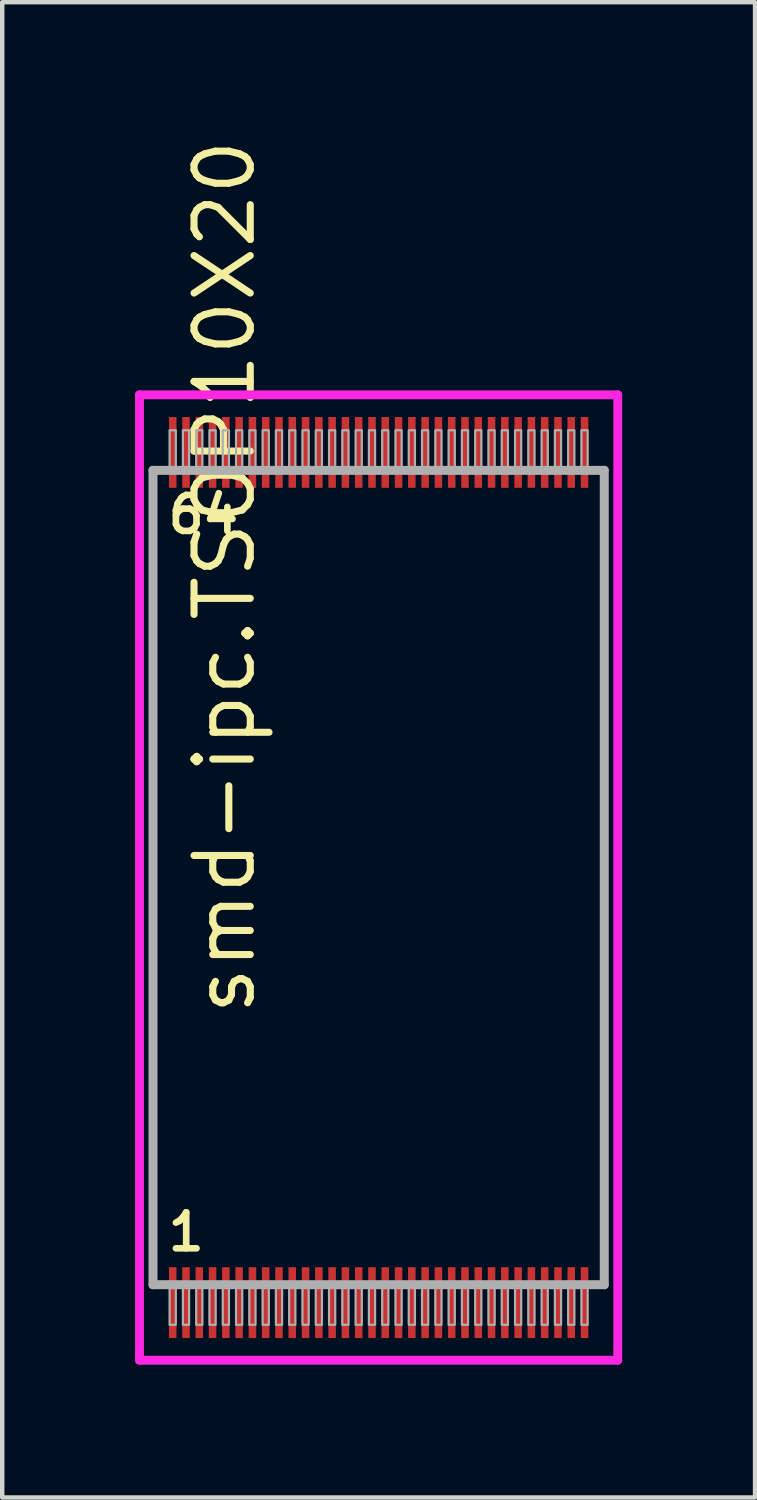
<source format=kicad_pcb>
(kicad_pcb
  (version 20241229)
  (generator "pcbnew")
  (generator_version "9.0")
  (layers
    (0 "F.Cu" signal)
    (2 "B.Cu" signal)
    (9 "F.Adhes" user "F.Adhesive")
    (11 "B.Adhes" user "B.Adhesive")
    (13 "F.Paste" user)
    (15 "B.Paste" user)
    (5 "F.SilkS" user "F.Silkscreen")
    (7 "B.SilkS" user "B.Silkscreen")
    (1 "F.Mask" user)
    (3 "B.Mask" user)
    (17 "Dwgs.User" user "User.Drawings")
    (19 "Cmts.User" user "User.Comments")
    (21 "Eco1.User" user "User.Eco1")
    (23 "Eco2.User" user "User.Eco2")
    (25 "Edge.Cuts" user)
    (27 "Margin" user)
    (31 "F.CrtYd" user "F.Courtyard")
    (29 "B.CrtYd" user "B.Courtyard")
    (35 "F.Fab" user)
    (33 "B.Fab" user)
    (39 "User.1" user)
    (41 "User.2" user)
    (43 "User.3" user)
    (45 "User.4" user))
  (footprint "smd-ipc.TSOP10X20"
    (layer "F.Cu")
    (at 5.5 16.766)
    (property "Reference" "smd-ipc.TSOP10X20" (at -2.735 3.175 90) (layer "F.SilkS") (effects (font (size 1.27 1.27) (thickness 0.16)) (justify left bottom)))
    (attr smd)
    (fp_line (start -5.4 -10.9) (end 5.4 -10.9) (stroke (width 0.2) (type default)) (layer "F.CrtYd"))
    (fp_line (start -5.4 10.9) (end -5.4 -10.9) (stroke (width 0.2) (type default)) (layer "F.CrtYd"))
    (fp_line (start 5.4 -10.9) (end 5.4 10.9) (stroke (width 0.2) (type default)) (layer "F.CrtYd"))
    (fp_line (start 5.4 10.9) (end -5.4 10.9) (stroke (width 0.2) (type default)) (layer "F.CrtYd"))
    (fp_line (start -5.095 -9.195) (end 5.095 -9.195) (stroke (width 0.203) (type default)) (layer "F.Fab"))
    (fp_line (start -5.095 9.195) (end -5.095 -9.195) (stroke (width 0.203) (type default)) (layer "F.Fab"))
    (fp_line (start 5.095 -9.195) (end 5.095 9.195) (stroke (width 0.203) (type default)) (layer "F.Fab"))
    (fp_line (start 5.095 9.195) (end -5.095 9.195) (stroke (width 0.203) (type default)) (layer "F.Fab"))
    (fp_rect (start -4.72 -9.25) (end -4.58 -10.1) (stroke (width 0.05) (type default)) (fill no) (layer "F.Fab"))
    (fp_rect (start -4.72 10.1) (end -4.58 9.25) (stroke (width 0.05) (type default)) (fill no) (layer "F.Fab"))
    (fp_rect (start -4.42 -9.25) (end -4.28 -10.1) (stroke (width 0.05) (type default)) (fill no) (layer "F.Fab"))
    (fp_rect (start -4.42 10.1) (end -4.28 9.25) (stroke (width 0.05) (type default)) (fill no) (layer "F.Fab"))
    (fp_rect (start -4.12 -9.25) (end -3.98 -10.1) (stroke (width 0.05) (type default)) (fill no) (layer "F.Fab"))
    (fp_rect (start -4.12 10.1) (end -3.98 9.25) (stroke (width 0.05) (type default)) (fill no) (layer "F.Fab"))
    (fp_rect (start -3.82 -9.25) (end -3.68 -10.1) (stroke (width 0.05) (type default)) (fill no) (layer "F.Fab"))
    (fp_rect (start -3.82 10.1) (end -3.68 9.25) (stroke (width 0.05) (type default)) (fill no) (layer "F.Fab"))
    (fp_rect (start -3.52 -9.25) (end -3.38 -10.1) (stroke (width 0.05) (type default)) (fill no) (layer "F.Fab"))
    (fp_rect (start -3.52 10.1) (end -3.38 9.25) (stroke (width 0.05) (type default)) (fill no) (layer "F.Fab"))
    (fp_rect (start -3.22 -9.25) (end -3.08 -10.1) (stroke (width 0.05) (type default)) (fill no) (layer "F.Fab"))
    (fp_rect (start -3.22 10.1) (end -3.08 9.25) (stroke (width 0.05) (type default)) (fill no) (layer "F.Fab"))
    (fp_rect (start -2.92 -9.25) (end -2.78 -10.1) (stroke (width 0.05) (type default)) (fill no) (layer "F.Fab"))
    (fp_rect (start -2.92 10.1) (end -2.78 9.25) (stroke (width 0.05) (type default)) (fill no) (layer "F.Fab"))
    (fp_rect (start -2.62 -9.25) (end -2.48 -10.1) (stroke (width 0.05) (type default)) (fill no) (layer "F.Fab"))
    (fp_rect (start -2.62 10.1) (end -2.48 9.25) (stroke (width 0.05) (type default)) (fill no) (layer "F.Fab"))
    (fp_rect (start -2.32 -9.25) (end -2.18 -10.1) (stroke (width 0.05) (type default)) (fill no) (layer "F.Fab"))
    (fp_rect (start -2.32 10.1) (end -2.18 9.25) (stroke (width 0.05) (type default)) (fill no) (layer "F.Fab"))
    (fp_rect (start -2.02 -9.25) (end -1.88 -10.1) (stroke (width 0.05) (type default)) (fill no) (layer "F.Fab"))
    (fp_rect (start -2.02 10.1) (end -1.88 9.25) (stroke (width 0.05) (type default)) (fill no) (layer "F.Fab"))
    (fp_rect (start -1.72 -9.25) (end -1.58 -10.1) (stroke (width 0.05) (type default)) (fill no) (layer "F.Fab"))
    (fp_rect (start -1.72 10.1) (end -1.58 9.25) (stroke (width 0.05) (type default)) (fill no) (layer "F.Fab"))
    (fp_rect (start -1.42 -9.25) (end -1.28 -10.1) (stroke (width 0.05) (type default)) (fill no) (layer "F.Fab"))
    (fp_rect (start -1.42 10.1) (end -1.28 9.25) (stroke (width 0.05) (type default)) (fill no) (layer "F.Fab"))
    (fp_rect (start -1.12 -9.25) (end -0.98 -10.1) (stroke (width 0.05) (type default)) (fill no) (layer "F.Fab"))
    (fp_rect (start -1.12 10.1) (end -0.98 9.25) (stroke (width 0.05) (type default)) (fill no) (layer "F.Fab"))
    (fp_rect (start -0.82 -9.25) (end -0.68 -10.1) (stroke (width 0.05) (type default)) (fill no) (layer "F.Fab"))
    (fp_rect (start -0.82 10.1) (end -0.68 9.25) (stroke (width 0.05) (type default)) (fill no) (layer "F.Fab"))
    (fp_rect (start -0.52 -9.25) (end -0.38 -10.1) (stroke (width 0.05) (type default)) (fill no) (layer "F.Fab"))
    (fp_rect (start -0.52 10.1) (end -0.38 9.25) (stroke (width 0.05) (type default)) (fill no) (layer "F.Fab"))
    (fp_rect (start -0.22 -9.25) (end -0.08 -10.1) (stroke (width 0.05) (type default)) (fill no) (layer "F.Fab"))
    (fp_rect (start -0.22 10.1) (end -0.08 9.25) (stroke (width 0.05) (type default)) (fill no) (layer "F.Fab"))
    (fp_rect (start 0.08 -9.25) (end 0.22 -10.1) (stroke (width 0.05) (type default)) (fill no) (layer "F.Fab"))
    (fp_rect (start 0.08 10.1) (end 0.22 9.25) (stroke (width 0.05) (type default)) (fill no) (layer "F.Fab"))
    (fp_rect (start 0.38 -9.25) (end 0.52 -10.1) (stroke (width 0.05) (type default)) (fill no) (layer "F.Fab"))
    (fp_rect (start 0.38 10.1) (end 0.52 9.25) (stroke (width 0.05) (type default)) (fill no) (layer "F.Fab"))
    (fp_rect (start 0.68 -9.25) (end 0.82 -10.1) (stroke (width 0.05) (type default)) (fill no) (layer "F.Fab"))
    (fp_rect (start 0.68 10.1) (end 0.82 9.25) (stroke (width 0.05) (type default)) (fill no) (layer "F.Fab"))
    (fp_rect (start 0.98 -9.25) (end 1.12 -10.1) (stroke (width 0.05) (type default)) (fill no) (layer "F.Fab"))
    (fp_rect (start 0.98 10.1) (end 1.12 9.25) (stroke (width 0.05) (type default)) (fill no) (layer "F.Fab"))
    (fp_rect (start 1.28 -9.25) (end 1.42 -10.1) (stroke (width 0.05) (type default)) (fill no) (layer "F.Fab"))
    (fp_rect (start 1.28 10.1) (end 1.42 9.25) (stroke (width 0.05) (type default)) (fill no) (layer "F.Fab"))
    (fp_rect (start 1.58 -9.25) (end 1.72 -10.1) (stroke (width 0.05) (type default)) (fill no) (layer "F.Fab"))
    (fp_rect (start 1.58 10.1) (end 1.72 9.25) (stroke (width 0.05) (type default)) (fill no) (layer "F.Fab"))
    (fp_rect (start 1.88 -9.25) (end 2.02 -10.1) (stroke (width 0.05) (type default)) (fill no) (layer "F.Fab"))
    (fp_rect (start 1.88 10.1) (end 2.02 9.25) (stroke (width 0.05) (type default)) (fill no) (layer "F.Fab"))
    (fp_rect (start 2.18 -9.25) (end 2.32 -10.1) (stroke (width 0.05) (type default)) (fill no) (layer "F.Fab"))
    (fp_rect (start 2.18 10.1) (end 2.32 9.25) (stroke (width 0.05) (type default)) (fill no) (layer "F.Fab"))
    (fp_rect (start 2.48 -9.25) (end 2.62 -10.1) (stroke (width 0.05) (type default)) (fill no) (layer "F.Fab"))
    (fp_rect (start 2.48 10.1) (end 2.62 9.25) (stroke (width 0.05) (type default)) (fill no) (layer "F.Fab"))
    (fp_rect (start 2.78 -9.25) (end 2.92 -10.1) (stroke (width 0.05) (type default)) (fill no) (layer "F.Fab"))
    (fp_rect (start 2.78 10.1) (end 2.92 9.25) (stroke (width 0.05) (type default)) (fill no) (layer "F.Fab"))
    (fp_rect (start 3.08 -9.25) (end 3.22 -10.1) (stroke (width 0.05) (type default)) (fill no) (layer "F.Fab"))
    (fp_rect (start 3.08 10.1) (end 3.22 9.25) (stroke (width 0.05) (type default)) (fill no) (layer "F.Fab"))
    (fp_rect (start 3.38 -9.25) (end 3.52 -10.1) (stroke (width 0.05) (type default)) (fill no) (layer "F.Fab"))
    (fp_rect (start 3.38 10.1) (end 3.52 9.25) (stroke (width 0.05) (type default)) (fill no) (layer "F.Fab"))
    (fp_rect (start 3.68 -9.25) (end 3.82 -10.1) (stroke (width 0.05) (type default)) (fill no) (layer "F.Fab"))
    (fp_rect (start 3.68 10.1) (end 3.82 9.25) (stroke (width 0.05) (type default)) (fill no) (layer "F.Fab"))
    (fp_rect (start 3.98 -9.25) (end 4.12 -10.1) (stroke (width 0.05) (type default)) (fill no) (layer "F.Fab"))
    (fp_rect (start 3.98 10.1) (end 4.12 9.25) (stroke (width 0.05) (type default)) (fill no) (layer "F.Fab"))
    (fp_rect (start 4.28 -9.25) (end 4.42 -10.1) (stroke (width 0.05) (type default)) (fill no) (layer "F.Fab"))
    (fp_rect (start 4.28 10.1) (end 4.42 9.25) (stroke (width 0.05) (type default)) (fill no) (layer "F.Fab"))
    (fp_rect (start 4.58 -9.25) (end 4.72 -10.1) (stroke (width 0.05) (type default)) (fill no) (layer "F.Fab"))
    (fp_rect (start 4.58 10.1) (end 4.72 9.25) (stroke (width 0.05) (type default)) (fill no) (layer "F.Fab"))
    (fp_text user "1" (at -4.831 8.48 0) (layer "F.SilkS") (effects (font (size 0.813 0.813) (thickness 0.15)) (justify left bottom)))
    (fp_text user "64" (at -4.831 -7.72 0) (layer "F.SilkS") (effects (font (size 0.813 0.813) (thickness 0.15)) (justify left bottom)))
    (pad "1" smd roundrect (at -4.65 9.6) (size 0.17 1.6) (layers "F.Cu" "F.Mask" "F.Paste") (roundrect_rratio 0.01))
    (pad "2" smd roundrect (at -4.35 9.6) (size 0.17 1.6) (layers "F.Cu" "F.Mask" "F.Paste") (roundrect_rratio 0.01))
    (pad "3" smd roundrect (at -4.05 9.6) (size 0.17 1.6) (layers "F.Cu" "F.Mask" "F.Paste") (roundrect_rratio 0.01))
    (pad "4" smd roundrect (at -3.75 9.6) (size 0.17 1.6) (layers "F.Cu" "F.Mask" "F.Paste") (roundrect_rratio 0.01))
    (pad "5" smd roundrect (at -3.45 9.6) (size 0.17 1.6) (layers "F.Cu" "F.Mask" "F.Paste") (roundrect_rratio 0.01))
    (pad "6" smd roundrect (at -3.15 9.6) (size 0.17 1.6) (layers "F.Cu" "F.Mask" "F.Paste") (roundrect_rratio 0.01))
    (pad "7" smd roundrect (at -2.85 9.6) (size 0.17 1.6) (layers "F.Cu" "F.Mask" "F.Paste") (roundrect_rratio 0.01))
    (pad "8" smd roundrect (at -2.55 9.6) (size 0.17 1.6) (layers "F.Cu" "F.Mask" "F.Paste") (roundrect_rratio 0.01))
    (pad "9" smd roundrect (at -2.25 9.6) (size 0.17 1.6) (layers "F.Cu" "F.Mask" "F.Paste") (roundrect_rratio 0.01))
    (pad "10" smd roundrect (at -1.95 9.6) (size 0.17 1.6) (layers "F.Cu" "F.Mask" "F.Paste") (roundrect_rratio 0.01))
    (pad "11" smd roundrect (at -1.65 9.6) (size 0.17 1.6) (layers "F.Cu" "F.Mask" "F.Paste") (roundrect_rratio 0.01))
    (pad "12" smd roundrect (at -1.35 9.6) (size 0.17 1.6) (layers "F.Cu" "F.Mask" "F.Paste") (roundrect_rratio 0.01))
    (pad "13" smd roundrect (at -1.05 9.6) (size 0.17 1.6) (layers "F.Cu" "F.Mask" "F.Paste") (roundrect_rratio 0.01))
    (pad "14" smd roundrect (at -0.75 9.6) (size 0.17 1.6) (layers "F.Cu" "F.Mask" "F.Paste") (roundrect_rratio 0.01))
    (pad "15" smd roundrect (at -0.45 9.6) (size 0.17 1.6) (layers "F.Cu" "F.Mask" "F.Paste") (roundrect_rratio 0.01))
    (pad "16" smd roundrect (at -0.15 9.6) (size 0.17 1.6) (layers "F.Cu" "F.Mask" "F.Paste") (roundrect_rratio 0.01))
    (pad "17" smd roundrect (at 0.15 9.6) (size 0.17 1.6) (layers "F.Cu" "F.Mask" "F.Paste") (roundrect_rratio 0.01))
    (pad "18" smd roundrect (at 0.45 9.6) (size 0.17 1.6) (layers "F.Cu" "F.Mask" "F.Paste") (roundrect_rratio 0.01))
    (pad "19" smd roundrect (at 0.75 9.6) (size 0.17 1.6) (layers "F.Cu" "F.Mask" "F.Paste") (roundrect_rratio 0.01))
    (pad "20" smd roundrect (at 1.05 9.6) (size 0.17 1.6) (layers "F.Cu" "F.Mask" "F.Paste") (roundrect_rratio 0.01))
    (pad "21" smd roundrect (at 1.35 9.6) (size 0.17 1.6) (layers "F.Cu" "F.Mask" "F.Paste") (roundrect_rratio 0.01))
    (pad "22" smd roundrect (at 1.65 9.6) (size 0.17 1.6) (layers "F.Cu" "F.Mask" "F.Paste") (roundrect_rratio 0.01))
    (pad "23" smd roundrect (at 1.95 9.6) (size 0.17 1.6) (layers "F.Cu" "F.Mask" "F.Paste") (roundrect_rratio 0.01))
    (pad "24" smd roundrect (at 2.25 9.6) (size 0.17 1.6) (layers "F.Cu" "F.Mask" "F.Paste") (roundrect_rratio 0.01))
    (pad "25" smd roundrect (at 2.55 9.6) (size 0.17 1.6) (layers "F.Cu" "F.Mask" "F.Paste") (roundrect_rratio 0.01))
    (pad "26" smd roundrect (at 2.85 9.6) (size 0.17 1.6) (layers "F.Cu" "F.Mask" "F.Paste") (roundrect_rratio 0.01))
    (pad "27" smd roundrect (at 3.15 9.6) (size 0.17 1.6) (layers "F.Cu" "F.Mask" "F.Paste") (roundrect_rratio 0.01))
    (pad "28" smd roundrect (at 3.45 9.6) (size 0.17 1.6) (layers "F.Cu" "F.Mask" "F.Paste") (roundrect_rratio 0.01))
    (pad "29" smd roundrect (at 3.75 9.6) (size 0.17 1.6) (layers "F.Cu" "F.Mask" "F.Paste") (roundrect_rratio 0.01))
    (pad "30" smd roundrect (at 4.05 9.6) (size 0.17 1.6) (layers "F.Cu" "F.Mask" "F.Paste") (roundrect_rratio 0.01))
    (pad "31" smd roundrect (at 4.35 9.6) (size 0.17 1.6) (layers "F.Cu" "F.Mask" "F.Paste") (roundrect_rratio 0.01))
    (pad "32" smd roundrect (at 4.65 9.6) (size 0.17 1.6) (layers "F.Cu" "F.Mask" "F.Paste") (roundrect_rratio 0.01))
    (pad "33" smd roundrect (at 4.65 -9.6) (size 0.17 1.6) (layers "F.Cu" "F.Mask" "F.Paste") (roundrect_rratio 0.01))
    (pad "34" smd roundrect (at 4.35 -9.6) (size 0.17 1.6) (layers "F.Cu" "F.Mask" "F.Paste") (roundrect_rratio 0.01))
    (pad "35" smd roundrect (at 4.05 -9.6) (size 0.17 1.6) (layers "F.Cu" "F.Mask" "F.Paste") (roundrect_rratio 0.01))
    (pad "36" smd roundrect (at 3.75 -9.6) (size 0.17 1.6) (layers "F.Cu" "F.Mask" "F.Paste") (roundrect_rratio 0.01))
    (pad "37" smd roundrect (at 3.45 -9.6) (size 0.17 1.6) (layers "F.Cu" "F.Mask" "F.Paste") (roundrect_rratio 0.01))
    (pad "38" smd roundrect (at 3.15 -9.6) (size 0.17 1.6) (layers "F.Cu" "F.Mask" "F.Paste") (roundrect_rratio 0.01))
    (pad "39" smd roundrect (at 2.85 -9.6) (size 0.17 1.6) (layers "F.Cu" "F.Mask" "F.Paste") (roundrect_rratio 0.01))
    (pad "40" smd roundrect (at 2.55 -9.6) (size 0.17 1.6) (layers "F.Cu" "F.Mask" "F.Paste") (roundrect_rratio 0.01))
    (pad "41" smd roundrect (at 2.25 -9.6) (size 0.17 1.6) (layers "F.Cu" "F.Mask" "F.Paste") (roundrect_rratio 0.01))
    (pad "42" smd roundrect (at 1.95 -9.6) (size 0.17 1.6) (layers "F.Cu" "F.Mask" "F.Paste") (roundrect_rratio 0.01))
    (pad "43" smd roundrect (at 1.65 -9.6) (size 0.17 1.6) (layers "F.Cu" "F.Mask" "F.Paste") (roundrect_rratio 0.01))
    (pad "44" smd roundrect (at 1.35 -9.6) (size 0.17 1.6) (layers "F.Cu" "F.Mask" "F.Paste") (roundrect_rratio 0.01))
    (pad "45" smd roundrect (at 1.05 -9.6) (size 0.17 1.6) (layers "F.Cu" "F.Mask" "F.Paste") (roundrect_rratio 0.01))
    (pad "46" smd roundrect (at 0.75 -9.6) (size 0.17 1.6) (layers "F.Cu" "F.Mask" "F.Paste") (roundrect_rratio 0.01))
    (pad "47" smd roundrect (at 0.45 -9.6) (size 0.17 1.6) (layers "F.Cu" "F.Mask" "F.Paste") (roundrect_rratio 0.01))
    (pad "48" smd roundrect (at 0.15 -9.6) (size 0.17 1.6) (layers "F.Cu" "F.Mask" "F.Paste") (roundrect_rratio 0.01))
    (pad "49" smd roundrect (at -0.15 -9.6) (size 0.17 1.6) (layers "F.Cu" "F.Mask" "F.Paste") (roundrect_rratio 0.01))
    (pad "50" smd roundrect (at -0.45 -9.6) (size 0.17 1.6) (layers "F.Cu" "F.Mask" "F.Paste") (roundrect_rratio 0.01))
    (pad "51" smd roundrect (at -0.75 -9.6) (size 0.17 1.6) (layers "F.Cu" "F.Mask" "F.Paste") (roundrect_rratio 0.01))
    (pad "52" smd roundrect (at -1.05 -9.6) (size 0.17 1.6) (layers "F.Cu" "F.Mask" "F.Paste") (roundrect_rratio 0.01))
    (pad "53" smd roundrect (at -1.35 -9.6) (size 0.17 1.6) (layers "F.Cu" "F.Mask" "F.Paste") (roundrect_rratio 0.01))
    (pad "54" smd roundrect (at -1.65 -9.6) (size 0.17 1.6) (layers "F.Cu" "F.Mask" "F.Paste") (roundrect_rratio 0.01))
    (pad "55" smd roundrect (at -1.95 -9.6) (size 0.17 1.6) (layers "F.Cu" "F.Mask" "F.Paste") (roundrect_rratio 0.01))
    (pad "56" smd roundrect (at -2.25 -9.6) (size 0.17 1.6) (layers "F.Cu" "F.Mask" "F.Paste") (roundrect_rratio 0.01))
    (pad "57" smd roundrect (at -2.55 -9.6) (size 0.17 1.6) (layers "F.Cu" "F.Mask" "F.Paste") (roundrect_rratio 0.01))
    (pad "58" smd roundrect (at -2.85 -9.6) (size 0.17 1.6) (layers "F.Cu" "F.Mask" "F.Paste") (roundrect_rratio 0.01))
    (pad "59" smd roundrect (at -3.15 -9.6) (size 0.17 1.6) (layers "F.Cu" "F.Mask" "F.Paste") (roundrect_rratio 0.01))
    (pad "60" smd roundrect (at -3.45 -9.6) (size 0.17 1.6) (layers "F.Cu" "F.Mask" "F.Paste") (roundrect_rratio 0.01))
    (pad "61" smd roundrect (at -3.75 -9.6) (size 0.17 1.6) (layers "F.Cu" "F.Mask" "F.Paste") (roundrect_rratio 0.01))
    (pad "62" smd roundrect (at -4.05 -9.6) (size 0.17 1.6) (layers "F.Cu" "F.Mask" "F.Paste") (roundrect_rratio 0.01))
    (pad "63" smd roundrect (at -4.35 -9.6) (size 0.17 1.6) (layers "F.Cu" "F.Mask" "F.Paste") (roundrect_rratio 0.01))
    (pad "64" smd roundrect (at -4.65 -9.6) (size 0.17 1.6) (layers "F.Cu" "F.Mask" "F.Paste") (roundrect_rratio 0.01)))
  (gr_rect
    (start -3 -3)
    (end 14 30.766)
    (stroke (width 0.1) (type default))
    (fill no)
    (layer "Edge.Cuts")))
</source>
